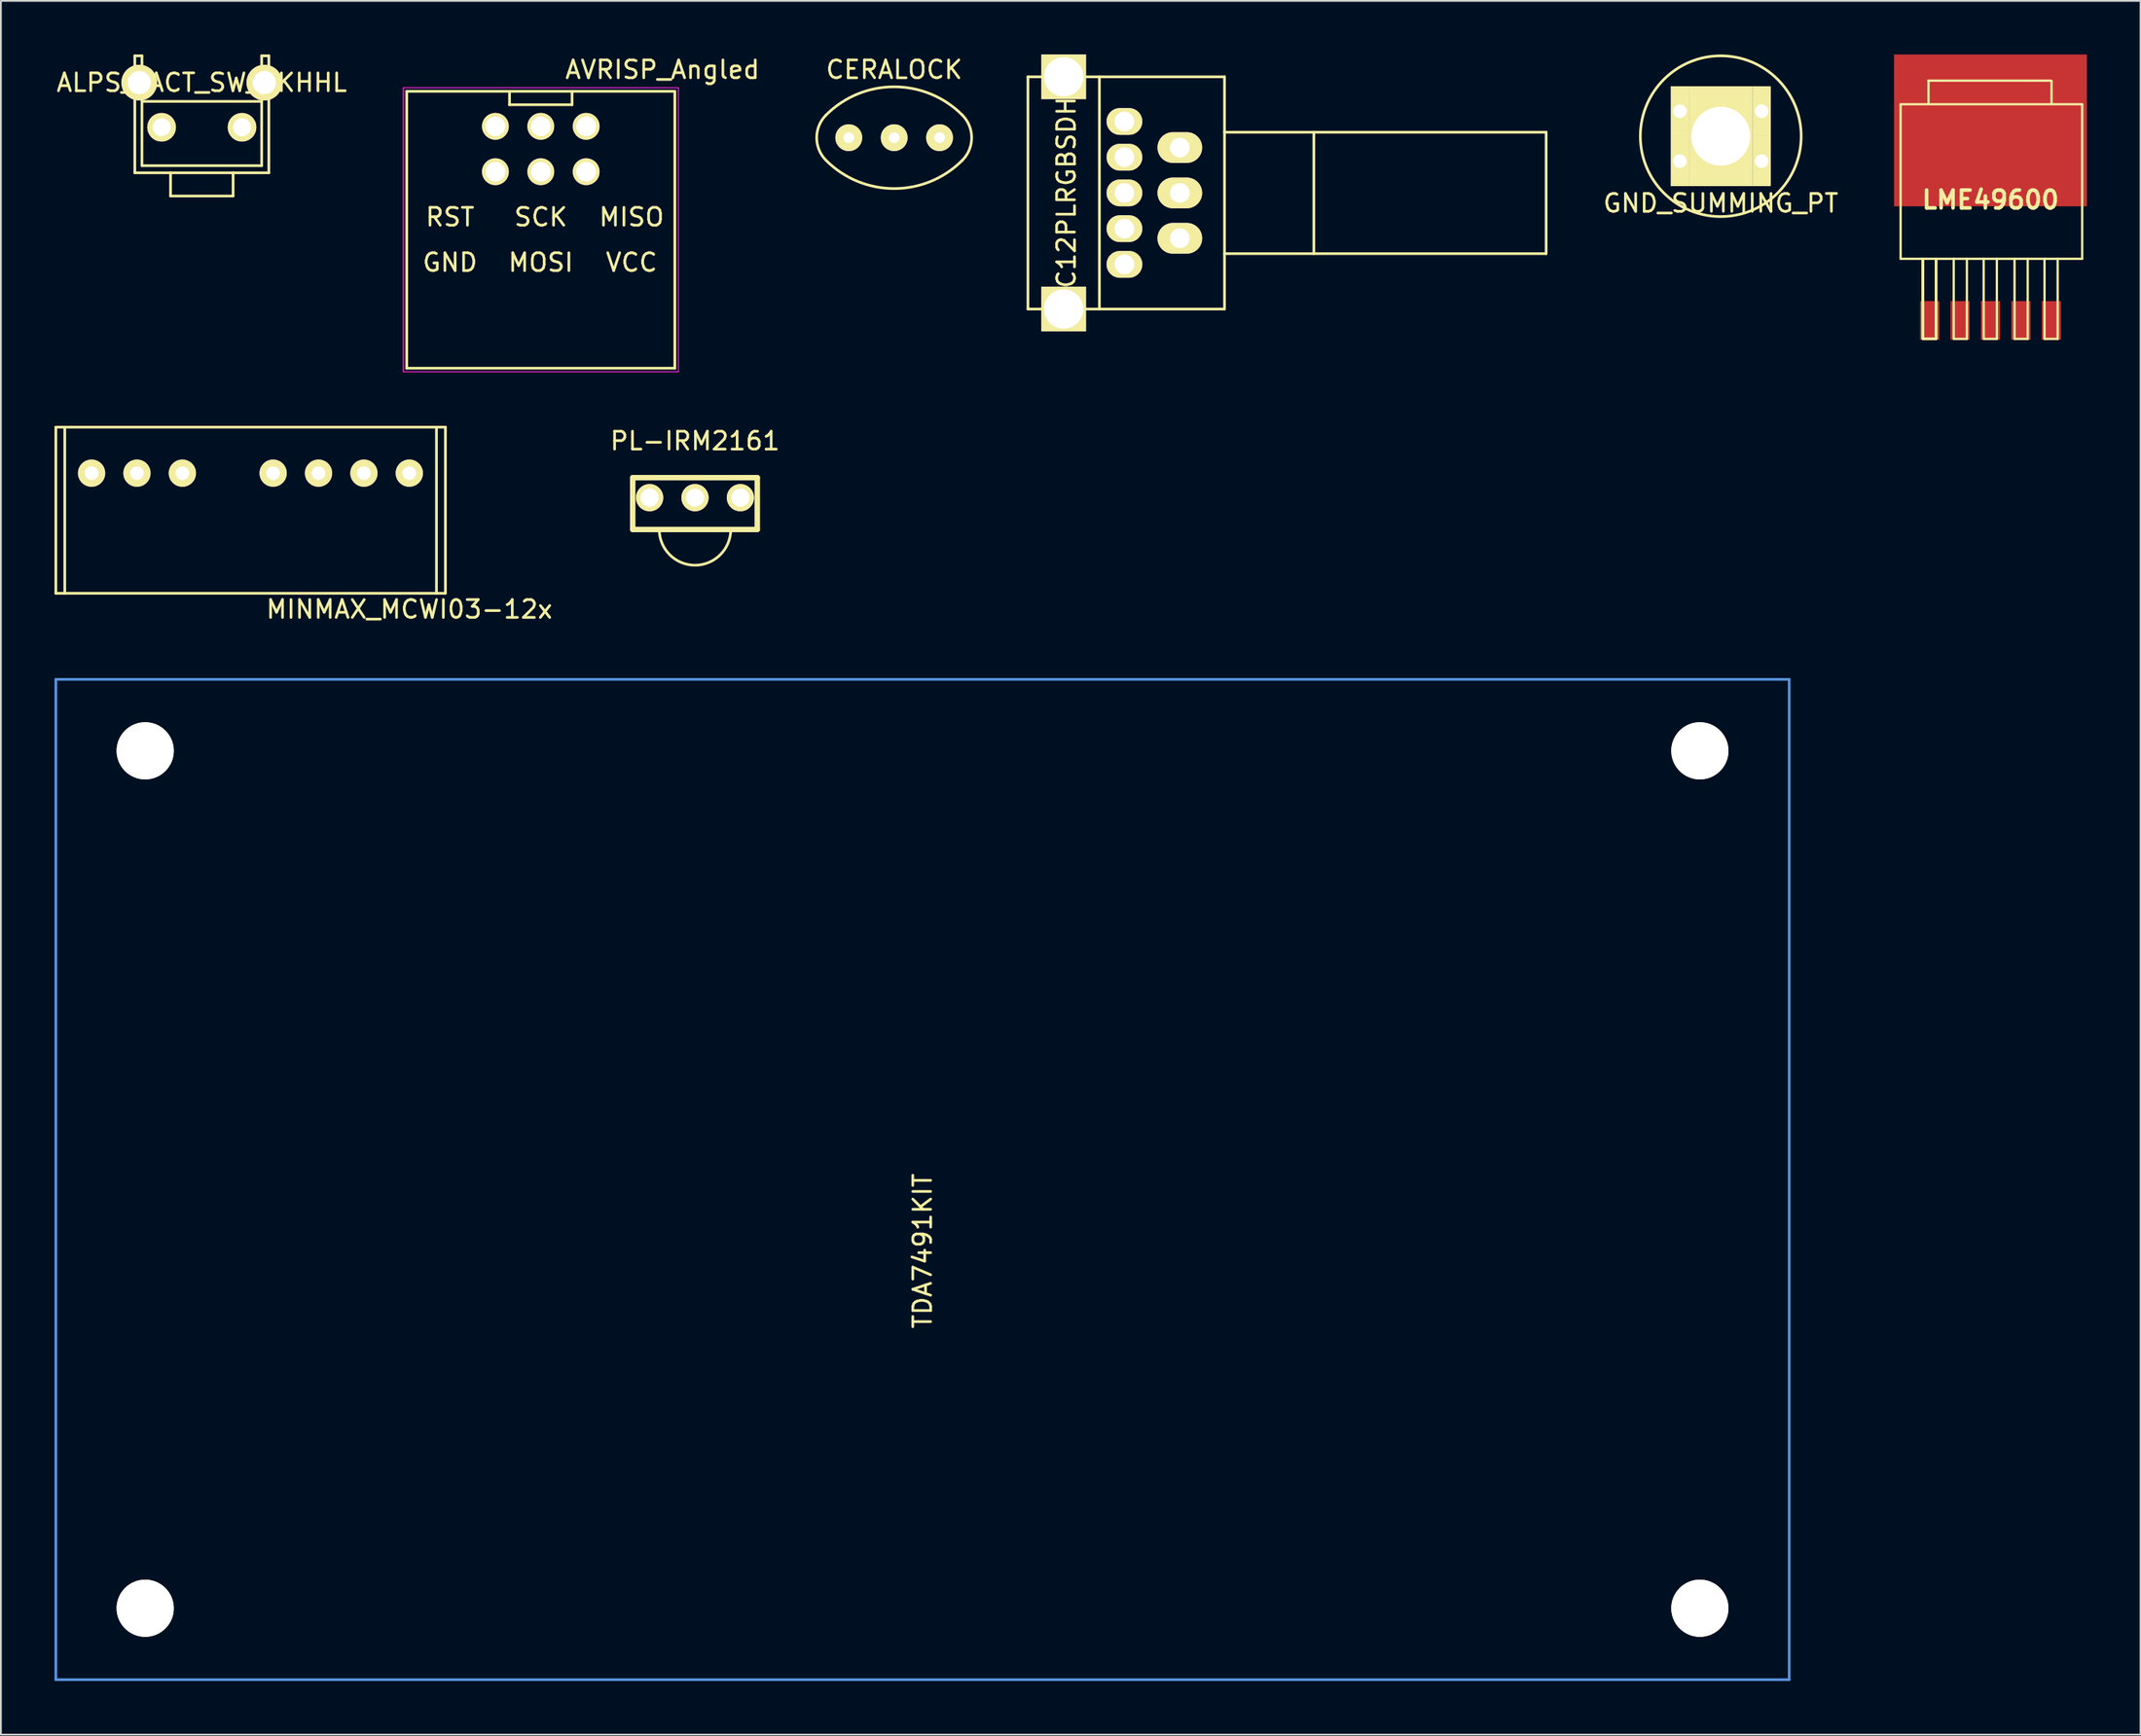
<source format=kicad_pcb>
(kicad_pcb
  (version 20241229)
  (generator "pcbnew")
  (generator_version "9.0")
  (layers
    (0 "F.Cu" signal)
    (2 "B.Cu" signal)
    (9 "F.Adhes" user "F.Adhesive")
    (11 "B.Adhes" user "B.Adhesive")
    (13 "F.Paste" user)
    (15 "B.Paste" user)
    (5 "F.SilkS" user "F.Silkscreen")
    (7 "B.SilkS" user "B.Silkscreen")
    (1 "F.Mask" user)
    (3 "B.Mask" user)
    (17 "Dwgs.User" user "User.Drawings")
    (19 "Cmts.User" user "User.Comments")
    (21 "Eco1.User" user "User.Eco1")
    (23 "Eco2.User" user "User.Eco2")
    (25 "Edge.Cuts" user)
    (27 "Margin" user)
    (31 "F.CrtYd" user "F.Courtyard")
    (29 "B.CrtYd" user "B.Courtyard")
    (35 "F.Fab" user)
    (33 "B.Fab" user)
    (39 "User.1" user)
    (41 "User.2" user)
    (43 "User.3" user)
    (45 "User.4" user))
  (footprint "TDA7491KIT"
    (layer "F.Cu")
    (at 48.575 62.981)
    (property "Reference" "TDA7491KIT" (at 0 4 90) (layer "F.SilkS") (effects (font (size 1 1) (thickness 0.15))))
    (attr through_hole)
    (fp_line (start -48.5 -28) (end -48.5 28) (stroke (width 0.15) (type solid)) (layer "Cmts.User"))
    (fp_line (start -48.5 -28) (end 48.5 -28) (stroke (width 0.15) (type solid)) (layer "Cmts.User"))
    (fp_line (start -48.5 28) (end 48.5 28) (stroke (width 0.15) (type solid)) (layer "Cmts.User"))
    (fp_line (start 48.5 -28) (end 48.5 28) (stroke (width 0.15) (type solid)) (layer "Cmts.User"))
    (pad "" np_thru_hole circle (at -43.5 -24) (size 3.2 3.2) (drill 3.2) (layers "*.Cu" "*.Mask" "F.SilkS"))
    (pad "" np_thru_hole circle (at -43.5 24) (size 3.2 3.2) (drill 3.2) (layers "*.Cu" "*.Mask" "F.SilkS"))
    (pad "" np_thru_hole circle (at 43.5 -24) (size 3.2 3.2) (drill 3.2) (layers "*.Cu" "*.Mask" "F.SilkS"))
    (pad "" np_thru_hole circle (at 43.5 24) (size 3.2 3.2) (drill 3.2) (layers "*.Cu" "*.Mask" "F.SilkS")))
  (footprint "PL-IRM2161"
    (layer "F.Cu")
    (at 35.843 24.811)
    (property "Reference" "PL-IRM2161" (at 0 -3.175 0) (layer "F.SilkS") (effects (font (size 1 1) (thickness 0.15))))
    (attr through_hole)
    (fp_line (start -3.485 -1.12) (end -3.485 1.78) (stroke (width 0.305) (type solid)) (layer "F.SilkS"))
    (fp_line (start -3.485 -1.12) (end 3.485 -1.12) (stroke (width 0.305) (type solid)) (layer "F.SilkS"))
    (fp_line (start -3.485 1.78) (end 3.48 1.78) (stroke (width 0.305) (type solid)) (layer "F.SilkS"))
    (fp_line (start 3.485 -1.12) (end 3.485 1.78) (stroke (width 0.305) (type solid)) (layer "F.SilkS"))
    (fp_arc (start 2 1.78) (mid 0 3.78) (end -2 1.78) (stroke (width 0.15) (type solid)) (layer "F.SilkS"))
    (pad "1" thru_hole circle (at -2.54 0) (size 1.524 1.524) (drill 1.016) (layers "*.Cu" "*.Mask" "F.SilkS"))
    (pad "2" thru_hole circle (at 0 0) (size 1.524 1.524) (drill 1.016) (layers "*.Cu" "*.Mask" "F.SilkS"))
    (pad "3" thru_hole circle (at 2.54 0) (size 1.524 1.524) (drill 1.016) (layers "*.Cu" "*.Mask" "F.SilkS")))
  (footprint "MINMAX_MCWI03-12x"
    (layer "F.Cu")
    (at 9.695 23.438)
    (property "Reference" "MINMAX_MCWI03-12x" (at 10.16 7.62 0) (layer "F.SilkS") (effects (font (size 1 1) (thickness 0.15))))
    (attr through_hole)
    (fp_line (start -9.62 -2.575) (end 12.18 -2.575) (stroke (width 0.15) (type solid)) (layer "F.SilkS"))
    (fp_line (start -9.62 6.725) (end -9.62 -2.575) (stroke (width 0.15) (type solid)) (layer "F.SilkS"))
    (fp_line (start -9.12 6.725) (end -9.12 -2.575) (stroke (width 0.15) (type solid)) (layer "F.SilkS"))
    (fp_line (start 11.68 -2.575) (end 11.68 6.725) (stroke (width 0.15) (type solid)) (layer "F.SilkS"))
    (fp_line (start 12.18 -2.575) (end 12.18 6.725) (stroke (width 0.15) (type solid)) (layer "F.SilkS"))
    (fp_line (start 12.18 6.725) (end -9.62 6.725) (stroke (width 0.15) (type solid)) (layer "F.SilkS"))
    (pad "1" thru_hole circle (at -7.62 0) (size 1.524 1.524) (drill 0.762) (layers "*.Cu" "*.Mask" "F.SilkS"))
    (pad "2" thru_hole circle (at -5.08 0) (size 1.524 1.524) (drill 0.762) (layers "*.Cu" "*.Mask" "F.SilkS"))
    (pad "3" thru_hole circle (at -2.54 0) (size 1.524 1.524) (drill 0.762) (layers "*.Cu" "*.Mask" "F.SilkS"))
    (pad "5" thru_hole circle (at 2.54 0) (size 1.524 1.524) (drill 0.762) (layers "*.Cu" "*.Mask" "F.SilkS"))
    (pad "6" thru_hole circle (at 5.08 0) (size 1.524 1.524) (drill 0.762) (layers "*.Cu" "*.Mask" "F.SilkS"))
    (pad "7" thru_hole circle (at 7.62 0) (size 1.524 1.524) (drill 0.762) (layers "*.Cu" "*.Mask" "F.SilkS"))
    (pad "8" thru_hole circle (at 10.16 0) (size 1.524 1.524) (drill 0.762) (layers "*.Cu" "*.Mask" "F.SilkS")))
  (footprint "ALPS_TACT_SW_SKHHL"
    (layer "F.Cu")
    (at 8.244 1.575)
    (property "Reference" "ALPS_TACT_SW_SKHHL" (at 0 0 0) (layer "F.SilkS") (effects (font (size 1 1) (thickness 0.15))))
    (attr through_hole)
    (fp_line (start -3.75 -1.5) (end -3.35 -1.5) (stroke (width 0.15) (type solid)) (layer "F.SilkS"))
    (fp_line (start -3.75 5.05) (end -3.75 -1.5) (stroke (width 0.15) (type solid)) (layer "F.SilkS"))
    (fp_line (start -3.75 5.05) (end 3.75 5.05) (stroke (width 0.15) (type solid)) (layer "F.SilkS"))
    (fp_line (start -3.35 1.05) (end 3.35 1.05) (stroke (width 0.15) (type solid)) (layer "F.SilkS"))
    (fp_line (start -3.35 4.65) (end -3.35 -1.5) (stroke (width 0.15) (type solid)) (layer "F.SilkS"))
    (fp_line (start -3.35 4.65) (end 3.35 4.65) (stroke (width 0.15) (type solid)) (layer "F.SilkS"))
    (fp_line (start -1.75 5.05) (end -1.75 6.35) (stroke (width 0.15) (type solid)) (layer "F.SilkS"))
    (fp_line (start -1.75 6.35) (end 1.75 6.35) (stroke (width 0.15) (type solid)) (layer "F.SilkS"))
    (fp_line (start 1.75 5.05) (end 1.75 6.35) (stroke (width 0.15) (type solid)) (layer "F.SilkS"))
    (fp_line (start 3.35 -1.5) (end 3.75 -1.5) (stroke (width 0.15) (type solid)) (layer "F.SilkS"))
    (fp_line (start 3.35 4.65) (end 3.35 -1.5) (stroke (width 0.15) (type solid)) (layer "F.SilkS"))
    (fp_line (start 3.75 5.05) (end 3.75 -1.5) (stroke (width 0.15) (type solid)) (layer "F.SilkS"))
    (pad "" thru_hole circle (at -3.5 0) (size 2 2) (drill 1.3) (layers "*.Cu" "*.Mask" "F.SilkS"))
    (pad "" thru_hole circle (at 3.5 0) (size 2 2) (drill 1.3) (layers "*.Cu" "*.Mask" "F.SilkS"))
    (pad "1" thru_hole circle (at -2.25 2.5) (size 1.6 1.6) (drill 1) (layers "*.Cu" "*.Mask" "F.SilkS"))
    (pad "2" thru_hole circle (at 2.25 2.5) (size 1.6 1.6) (drill 1) (layers "*.Cu" "*.Mask" "F.SilkS")))
  (footprint "EC12PLRGBSDHF"
    (layer "F.Cu")
    (at 62.974 7.75)
    (property "Reference" "EC12PLRGBSDHF" (at -6.35 0 90) (layer "F.SilkS") (effects (font (size 1 1) (thickness 0.15))))
    (attr through_hole)
    (fp_line (start -8.5 -6.5) (end -8.5 6.5) (stroke (width 0.15) (type solid)) (layer "F.SilkS"))
    (fp_line (start -8.5 -6.5) (end 2.5 -6.5) (stroke (width 0.15) (type solid)) (layer "F.SilkS"))
    (fp_line (start -8.5 6.5) (end 2.5 6.5) (stroke (width 0.15) (type solid)) (layer "F.SilkS"))
    (fp_line (start -4.5 -6.5) (end -4.5 6.5) (stroke (width 0.15) (type solid)) (layer "F.SilkS"))
    (fp_line (start 2.5 -6.5) (end 2.5 6.5) (stroke (width 0.15) (type solid)) (layer "F.SilkS"))
    (fp_line (start 2.5 -3.4) (end 20.5 -3.4) (stroke (width 0.15) (type solid)) (layer "F.SilkS"))
    (fp_line (start 2.5 3.4) (end 20.5 3.4) (stroke (width 0.15) (type solid)) (layer "F.SilkS"))
    (fp_line (start 7.5 -3.4) (end 7.5 3.4) (stroke (width 0.15) (type solid)) (layer "F.SilkS"))
    (fp_line (start 20.5 -3.4) (end 20.5 3.4) (stroke (width 0.15) (type solid)) (layer "F.SilkS"))
    (pad "" thru_hole rect (at -6.5 -6.5) (size 2.5 2.5) (drill 2.2) (layers "*.Cu" "*.Mask" "F.SilkS"))
    (pad "" thru_hole rect (at -6.5 6.5) (size 2.5 2.5) (drill 2.2) (layers "*.Cu" "*.Mask" "F.SilkS"))
    (pad "A1" thru_hole oval (at 0 2.54) (size 2.5 1.72) (drill 1.1) (layers "*.Cu" "*.Mask" "F.SilkS"))
    (pad "B" thru_hole oval (at -3.1 2) (size 2 1.5) (drill 1.1) (layers "*.Cu" "*.Mask" "F.SilkS"))
    (pad "B1" thru_hole oval (at 0 -2.54) (size 2.5 1.72) (drill 1.1) (layers "*.Cu" "*.Mask" "F.SilkS"))
    (pad "C1" thru_hole oval (at 0 0) (size 2.5 1.72) (drill 1.1) (layers "*.Cu" "*.Mask" "F.SilkS"))
    (pad "G" thru_hole oval (at -3.1 -2) (size 2 1.5) (drill 1.1) (layers "*.Cu" "*.Mask" "F.SilkS"))
    (pad "R" thru_hole oval (at -3.1 -4) (size 2 1.5) (drill 1.1) (layers "*.Cu" "*.Mask" "F.SilkS"))
    (pad "S" thru_hole oval (at -3.1 0) (size 2 1.5) (drill 1.1) (layers "*.Cu" "*.Mask" "F.SilkS"))
    (pad "V+" thru_hole oval (at -3.1 4) (size 2 1.5) (drill 1.1) (layers "*.Cu" "*.Mask" "F.SilkS")))
  (footprint "CERALOCK"
    (layer "F.Cu")
    (at 46.988 4.658)
    (property "Reference" "CERALOCK" (at 0 -3.81 0) (layer "F.SilkS") (effects (font (size 1 1) (thickness 0.15))))
    (attr through_hole)
    (fp_arc (start -3.81 -1.27) (mid 0 -2.848154) (end 3.81 -1.27) (stroke (width 0.15) (type solid)) (layer "F.SilkS"))
    (fp_arc (start -3.81 1.27) (mid -4.336051 0) (end -3.81 -1.27) (stroke (width 0.15) (type solid)) (layer "F.SilkS"))
    (fp_arc (start 3.81 -1.27) (mid 4.336051 0) (end 3.81 1.27) (stroke (width 0.15) (type solid)) (layer "F.SilkS"))
    (fp_arc (start 3.81 1.27) (mid 0 2.848154) (end -3.81 1.27) (stroke (width 0.15) (type solid)) (layer "F.SilkS"))
    (pad "1" thru_hole circle (at -2.54 0) (size 1.5 1.5) (drill 0.6) (layers "*.Cu" "*.Mask" "F.SilkS"))
    (pad "2" thru_hole circle (at 0 0) (size 1.5 1.5) (drill 0.6) (layers "*.Cu" "*.Mask" "F.SilkS"))
    (pad "3" thru_hole circle (at 2.54 0) (size 1.5 1.5) (drill 0.6) (layers "*.Cu" "*.Mask" "F.SilkS")))
  (footprint "LME49600"
    (layer "F.Cu")
    (at 108.339 11.438)
    (property "Reference" "LME49600" (at 0 -3.302 0) (layer "F.SilkS") (effects (font (size 1.001 1.001) (thickness 0.201))))
    (attr smd)
    (fp_line (start -5.029 -8.652) (end 5.131 -8.652) (stroke (width 0.127) (type solid)) (layer "F.SilkS"))
    (fp_line (start -5.029 0) (end -5.029 -8.64) (stroke (width 0.127) (type solid)) (layer "F.SilkS"))
    (fp_line (start -5.029 0) (end 5.131 0) (stroke (width 0.127) (type solid)) (layer "F.SilkS"))
    (fp_line (start -3.785 0) (end -3.785 4.483) (stroke (width 0.127) (type solid)) (layer "F.SilkS"))
    (fp_line (start -3.785 0) (end -3.785 4.483) (stroke (width 0.127) (type solid)) (layer "F.SilkS"))
    (fp_line (start -3.785 0) (end -3.785 4.483) (stroke (width 0.127) (type solid)) (layer "F.SilkS"))
    (fp_line (start -3.785 0) (end -3.785 4.483) (stroke (width 0.127) (type solid)) (layer "F.SilkS"))
    (fp_line (start -3.759 4.483) (end -3.049 4.483) (stroke (width 0.127) (type solid)) (layer "F.SilkS"))
    (fp_line (start -3.759 4.483) (end -3.049 4.483) (stroke (width 0.127) (type solid)) (layer "F.SilkS"))
    (fp_line (start -3.759 4.483) (end -3.049 4.483) (stroke (width 0.127) (type solid)) (layer "F.SilkS"))
    (fp_line (start -3.759 4.483) (end -3.049 4.483) (stroke (width 0.127) (type solid)) (layer "F.SilkS"))
    (fp_line (start -3.481 -9.973) (end 3.379 -9.973) (stroke (width 0.127) (type solid)) (layer "F.SilkS"))
    (fp_line (start -3.467 -9.957) (end -3.467 -8.687) (stroke (width 0.127) (type solid)) (layer "F.SilkS"))
    (fp_line (start -3.048 4.483) (end -3.048 0) (stroke (width 0.127) (type solid)) (layer "F.SilkS"))
    (fp_line (start -3.048 4.483) (end -3.048 0) (stroke (width 0.127) (type solid)) (layer "F.SilkS"))
    (fp_line (start -3.048 4.483) (end -3.048 0) (stroke (width 0.127) (type solid)) (layer "F.SilkS"))
    (fp_line (start -3.048 4.483) (end -3.048 0) (stroke (width 0.127) (type solid)) (layer "F.SilkS"))
    (fp_line (start -2.057 0) (end -2.057 4.483) (stroke (width 0.127) (type solid)) (layer "F.SilkS"))
    (fp_line (start -2.032 4.483) (end -1.322 4.483) (stroke (width 0.127) (type solid)) (layer "F.SilkS"))
    (fp_line (start -1.321 4.483) (end -1.321 0) (stroke (width 0.127) (type solid)) (layer "F.SilkS"))
    (fp_line (start -0.381 0) (end -0.381 4.483) (stroke (width 0.127) (type solid)) (layer "F.SilkS"))
    (fp_line (start -0.356 4.483) (end 0.354 4.483) (stroke (width 0.127) (type solid)) (layer "F.SilkS"))
    (fp_line (start 0.356 4.483) (end 0.356 0) (stroke (width 0.127) (type solid)) (layer "F.SilkS"))
    (fp_line (start 1.346 0) (end 1.346 4.483) (stroke (width 0.127) (type solid)) (layer "F.SilkS"))
    (fp_line (start 1.372 4.483) (end 2.082 4.483) (stroke (width 0.127) (type solid)) (layer "F.SilkS"))
    (fp_line (start 2.083 4.483) (end 2.083 0) (stroke (width 0.127) (type solid)) (layer "F.SilkS"))
    (fp_line (start 3.023 0) (end 3.023 4.483) (stroke (width 0.127) (type solid)) (layer "F.SilkS"))
    (fp_line (start 3.048 4.483) (end 3.758 4.483) (stroke (width 0.127) (type solid)) (layer "F.SilkS"))
    (fp_line (start 3.416 -9.957) (end 3.416 -8.687) (stroke (width 0.127) (type solid)) (layer "F.SilkS"))
    (fp_line (start 3.759 4.483) (end 3.759 0) (stroke (width 0.127) (type solid)) (layer "F.SilkS"))
    (fp_line (start 5.131 0) (end 5.131 -8.64) (stroke (width 0.127) (type solid)) (layer "F.SilkS"))
    (pad "1" smd rect (at -3.404 3.449) (size 1.07 2.16) (layers "F.Cu" "F.Mask" "F.Paste"))
    (pad "2" smd rect (at -1.702 3.449) (size 1.07 2.16) (layers "F.Cu" "F.Mask" "F.Paste"))
    (pad "3" smd rect (at 0 -7.188) (size 10.795 8.5) (layers "F.Cu" "F.Mask" "F.Paste"))
    (pad "3" smd rect (at 0 3.449) (size 1.07 2.16) (layers "F.Cu" "F.Mask" "F.Paste"))
    (pad "4" smd rect (at 1.702 3.449) (size 1.07 2.16) (layers "F.Cu" "F.Mask" "F.Paste"))
    (pad "5" smd rect (at 3.404 3.449) (size 1.07 2.16) (layers "F.Cu" "F.Mask" "F.Paste")))
  (footprint "AVRISP_Angled"
    (layer "F.Cu")
    (at 27.213 6.563)
    (property "Reference" "AVRISP_Angled" (at 6.81 -5.715 0) (layer "F.SilkS") (effects (font (size 1 1) (thickness 0.15))))
    (attr through_hole)
    (fp_line (start -7.5 -4.5) (end 7.5 -4.5) (stroke (width 0.15) (type solid)) (layer "F.SilkS"))
    (fp_line (start -7.5 11) (end -7.5 -4.5) (stroke (width 0.15) (type solid)) (layer "F.SilkS"))
    (fp_line (start -1.75 -4.5) (end -1.75 -3.75) (stroke (width 0.15) (type solid)) (layer "F.SilkS"))
    (fp_line (start -1.75 -3.75) (end 1.75 -3.75) (stroke (width 0.15) (type solid)) (layer "F.SilkS"))
    (fp_line (start 1.75 -3.75) (end 1.75 -4.5) (stroke (width 0.15) (type solid)) (layer "F.SilkS"))
    (fp_line (start 7.5 -4.5) (end 7.5 11) (stroke (width 0.15) (type solid)) (layer "F.SilkS"))
    (fp_line (start 7.5 11) (end -7.5 11) (stroke (width 0.15) (type solid)) (layer "F.SilkS"))
    (fp_line (start -7.7 -4.7) (end -7.7 11.2) (stroke (width 0.05) (type solid)) (layer "F.CrtYd"))
    (fp_line (start -7.7 11.2) (end 7.7 11.2) (stroke (width 0.05) (type solid)) (layer "F.CrtYd"))
    (fp_line (start 7.7 -4.7) (end -7.7 -4.7) (stroke (width 0.05) (type solid)) (layer "F.CrtYd"))
    (fp_line (start 7.7 11.2) (end 7.7 -4.7) (stroke (width 0.05) (type solid)) (layer "F.CrtYd"))
    (fp_text user "RST" (at -5.08 2.54 0) (layer "F.SilkS") (effects (font (size 1 1) (thickness 0.15))))
    (fp_text user "GND" (at -5.08 5.08 0) (layer "F.SilkS") (effects (font (size 1 1) (thickness 0.15))))
    (fp_text user "SCK" (at 0 2.54 0) (layer "F.SilkS") (effects (font (size 1 1) (thickness 0.15))))
    (fp_text user "MOSI" (at 0 5.08 0) (layer "F.SilkS") (effects (font (size 1 1) (thickness 0.15))))
    (fp_text user "VCC" (at 5.08 5.08 0) (layer "F.SilkS") (effects (font (size 1 1) (thickness 0.15))))
    (fp_text user "MISO" (at 5.08 2.54 0) (layer "F.SilkS") (effects (font (size 1 1) (thickness 0.15))))
    (pad "1" thru_hole circle (at 2.54 -2.54) (size 1.5 1.5) (drill 1.1) (layers "*.Cu" "*.Mask" "F.SilkS"))
    (pad "2" thru_hole circle (at 2.54 0) (size 1.5 1.5) (drill 1.1) (layers "*.Cu" "*.Mask" "F.SilkS"))
    (pad "3" thru_hole circle (at 0 -2.54) (size 1.5 1.5) (drill 1.1) (layers "*.Cu" "*.Mask" "F.SilkS"))
    (pad "4" thru_hole circle (at 0 0) (size 1.5 1.5) (drill 1.1) (layers "*.Cu" "*.Mask" "F.SilkS"))
    (pad "5" thru_hole circle (at -2.54 -2.54) (size 1.5 1.5) (drill 1.1) (layers "*.Cu" "*.Mask" "F.SilkS"))
    (pad "6" thru_hole circle (at -2.54 0) (size 1.5 1.5) (drill 1.1) (layers "*.Cu" "*.Mask" "F.SilkS")))
  (footprint "GND_SUMMING_PT"
    (layer "F.Cu")
    (at 93.245 4.575)
    (property "Reference" "GND_SUMMING_PT" (at 0 3.75 0) (layer "F.SilkS") (effects (font (size 1 1) (thickness 0.15))))
    (attr through_hole)
    (fp_circle (center 0 0) (end 4.5 0) (stroke (width 0.15) (type solid)) (fill no) (layer "F.SilkS"))
    (pad "" thru_hole rect (at 0 0) (size 3.55 5.588) (drill 3.3) (layers "*.Cu" "*.Mask" "F.SilkS"))
    (pad "1" thru_hole rect (at -2.286 -1.397) (size 1.016 2.794) (drill 0.762) (layers "*.Cu" "*.Mask" "F.SilkS"))
    (pad "1" thru_hole rect (at -2.286 1.397) (size 1.016 2.794) (drill 0.762) (layers "*.Cu" "*.Mask" "F.SilkS"))
    (pad "2" thru_hole rect (at 2.286 -1.397) (size 1.016 2.794) (drill 0.762) (layers "*.Cu" "*.Mask" "F.SilkS"))
    (pad "2" thru_hole rect (at 2.286 1.397) (size 1.016 2.794) (drill 0.762) (layers "*.Cu" "*.Mask" "F.SilkS")))
  (gr_rect
    (start -3 -3)
    (end 116.737 94.056)
    (stroke (width 0.1) (type default))
    (fill no)
    (layer "Edge.Cuts")))
</source>
